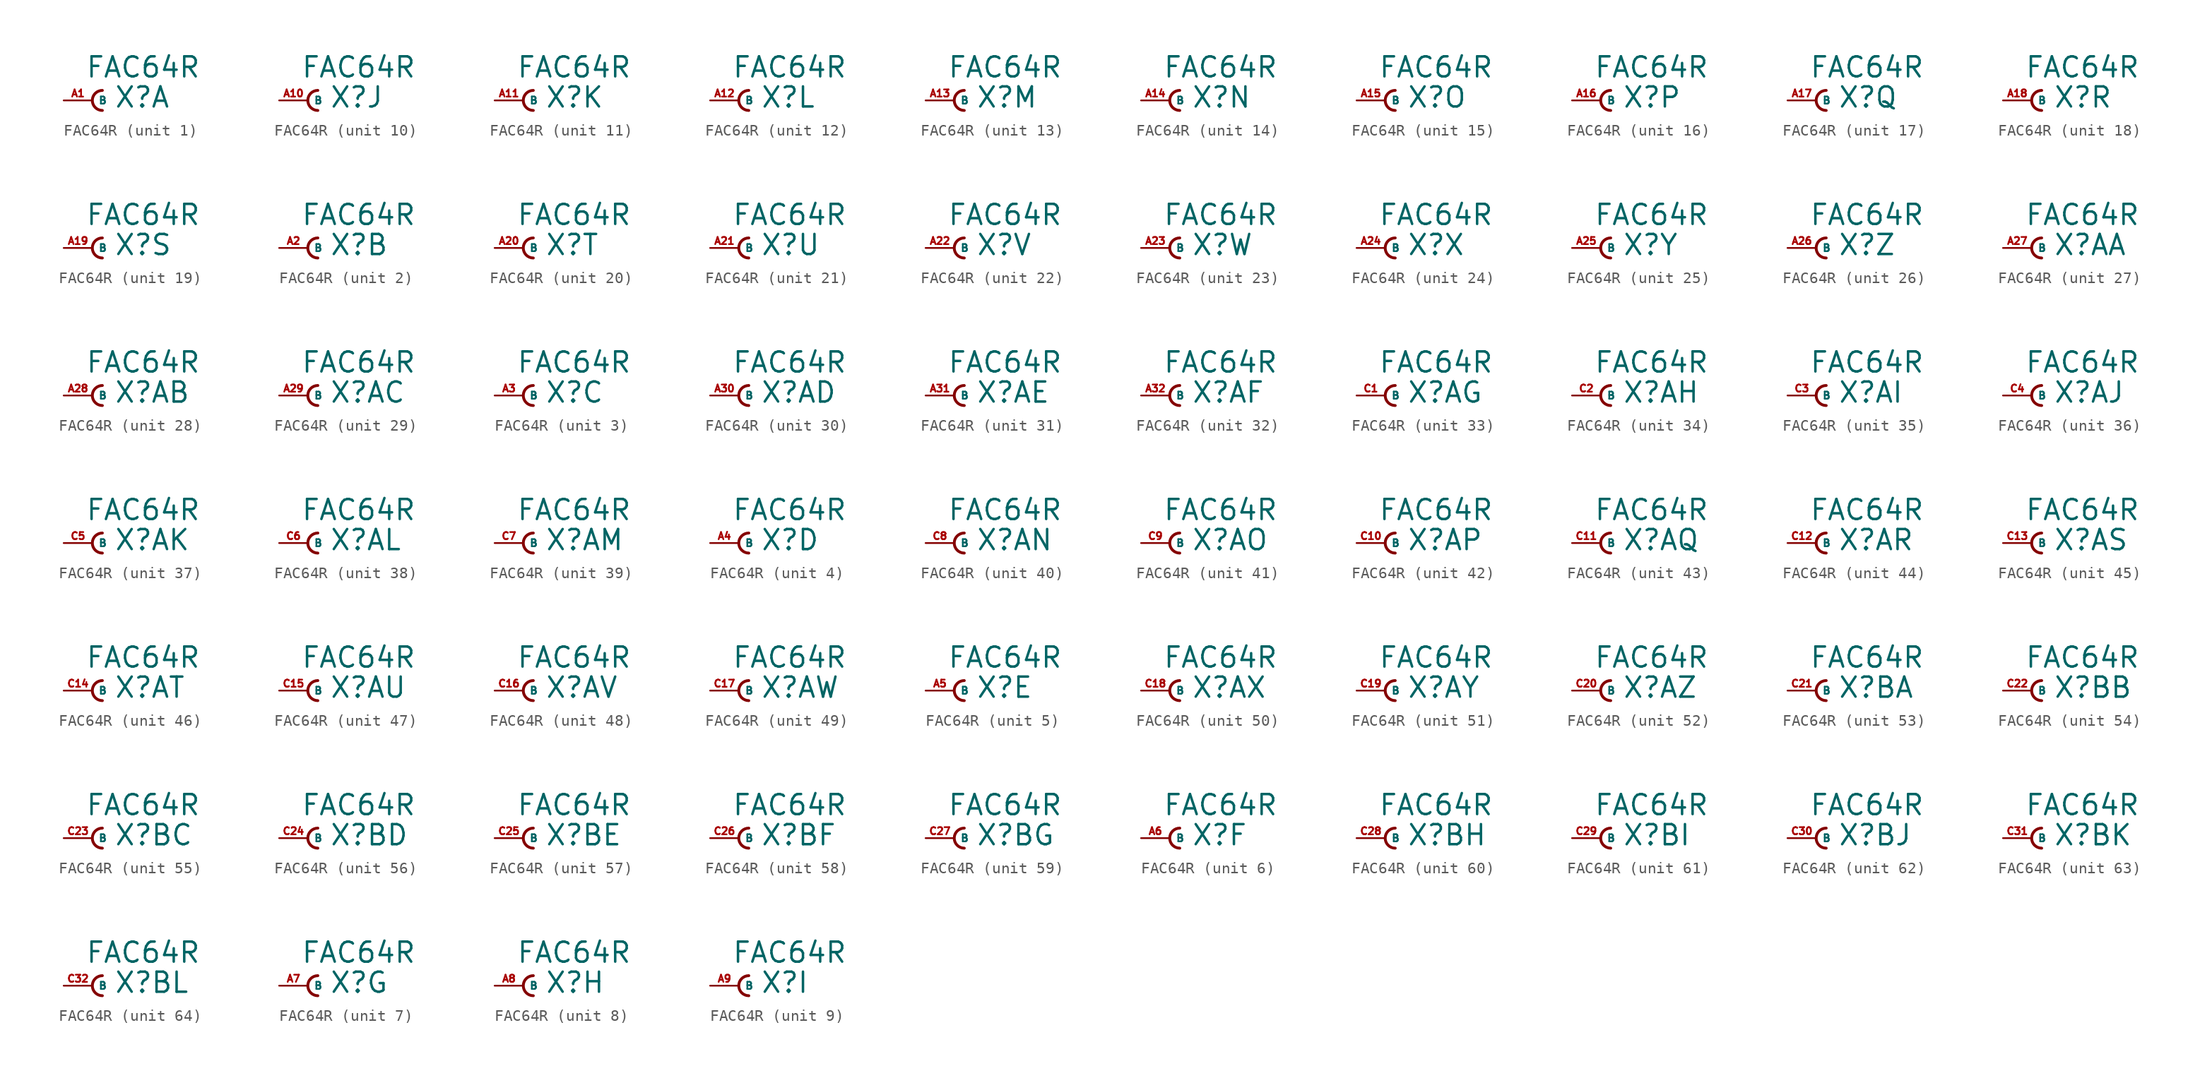
<source format=kicad_sym>
(kicad_symbol_lib
  (version 20220914)
  (generator Eagle2Kicad)
  (symbol "FAC64R"
    (property "Reference" "X"
      (at 1.905 -0.762 0)
      (effects (font (size 1.778 1.778) (thickness 0.22)) (justify left bottom)))
    (property "Value" "FAC64R"
      (at -0.635 1.905 0)
      (effects (font (size 1.778 1.778) (thickness 0.22)) (justify left bottom)))
    (symbol "FAC64R_1_0"
      (arc (start 0.889 0.889) (mid 0.000 0.000) (end 0.889 -0.889) (stroke (width 0.254) (type default)) (fill (type none)))
      (pin passive line (at -2.54 0 0) (length 2.54) (name "B" (effects (font (size 0.635 0.635) (thickness 0.08)) (justify left bottom))) (number "A1" (effects (font (size 0.635 0.635) (thickness 0.08)) (justify left bottom)))))
    (symbol "FAC64R_2_0"
      (arc (start 0.889 0.889) (mid 0.000 0.000) (end 0.889 -0.889) (stroke (width 0.254) (type default)) (fill (type none)))
      (pin passive line (at -2.54 0 0) (length 2.54) (name "B" (effects (font (size 0.635 0.635) (thickness 0.08)) (justify left bottom))) (number "A2" (effects (font (size 0.635 0.635) (thickness 0.08)) (justify left bottom)))))
    (symbol "FAC64R_3_0"
      (arc (start 0.889 0.889) (mid 0.000 0.000) (end 0.889 -0.889) (stroke (width 0.254) (type default)) (fill (type none)))
      (pin passive line (at -2.54 0 0) (length 2.54) (name "B" (effects (font (size 0.635 0.635) (thickness 0.08)) (justify left bottom))) (number "A3" (effects (font (size 0.635 0.635) (thickness 0.08)) (justify left bottom)))))
    (symbol "FAC64R_4_0"
      (arc (start 0.889 0.889) (mid 0.000 0.000) (end 0.889 -0.889) (stroke (width 0.254) (type default)) (fill (type none)))
      (pin passive line (at -2.54 0 0) (length 2.54) (name "B" (effects (font (size 0.635 0.635) (thickness 0.08)) (justify left bottom))) (number "A4" (effects (font (size 0.635 0.635) (thickness 0.08)) (justify left bottom)))))
    (symbol "FAC64R_5_0"
      (arc (start 0.889 0.889) (mid 0.000 0.000) (end 0.889 -0.889) (stroke (width 0.254) (type default)) (fill (type none)))
      (pin passive line (at -2.54 0 0) (length 2.54) (name "B" (effects (font (size 0.635 0.635) (thickness 0.08)) (justify left bottom))) (number "A5" (effects (font (size 0.635 0.635) (thickness 0.08)) (justify left bottom)))))
    (symbol "FAC64R_6_0"
      (arc (start 0.889 0.889) (mid 0.000 0.000) (end 0.889 -0.889) (stroke (width 0.254) (type default)) (fill (type none)))
      (pin passive line (at -2.54 0 0) (length 2.54) (name "B" (effects (font (size 0.635 0.635) (thickness 0.08)) (justify left bottom))) (number "A6" (effects (font (size 0.635 0.635) (thickness 0.08)) (justify left bottom)))))
    (symbol "FAC64R_7_0"
      (arc (start 0.889 0.889) (mid 0.000 0.000) (end 0.889 -0.889) (stroke (width 0.254) (type default)) (fill (type none)))
      (pin passive line (at -2.54 0 0) (length 2.54) (name "B" (effects (font (size 0.635 0.635) (thickness 0.08)) (justify left bottom))) (number "A7" (effects (font (size 0.635 0.635) (thickness 0.08)) (justify left bottom)))))
    (symbol "FAC64R_8_0"
      (arc (start 0.889 0.889) (mid 0.000 0.000) (end 0.889 -0.889) (stroke (width 0.254) (type default)) (fill (type none)))
      (pin passive line (at -2.54 0 0) (length 2.54) (name "B" (effects (font (size 0.635 0.635) (thickness 0.08)) (justify left bottom))) (number "A8" (effects (font (size 0.635 0.635) (thickness 0.08)) (justify left bottom)))))
    (symbol "FAC64R_9_0"
      (arc (start 0.889 0.889) (mid 0.000 0.000) (end 0.889 -0.889) (stroke (width 0.254) (type default)) (fill (type none)))
      (pin passive line (at -2.54 0 0) (length 2.54) (name "B" (effects (font (size 0.635 0.635) (thickness 0.08)) (justify left bottom))) (number "A9" (effects (font (size 0.635 0.635) (thickness 0.08)) (justify left bottom)))))
    (symbol "FAC64R_10_0"
      (arc (start 0.889 0.889) (mid 0.000 0.000) (end 0.889 -0.889) (stroke (width 0.254) (type default)) (fill (type none)))
      (pin passive line (at -2.54 0 0) (length 2.54) (name "B" (effects (font (size 0.635 0.635) (thickness 0.08)) (justify left bottom))) (number "A10" (effects (font (size 0.635 0.635) (thickness 0.08)) (justify left bottom)))))
    (symbol "FAC64R_11_0"
      (arc (start 0.889 0.889) (mid 0.000 0.000) (end 0.889 -0.889) (stroke (width 0.254) (type default)) (fill (type none)))
      (pin passive line (at -2.54 0 0) (length 2.54) (name "B" (effects (font (size 0.635 0.635) (thickness 0.08)) (justify left bottom))) (number "A11" (effects (font (size 0.635 0.635) (thickness 0.08)) (justify left bottom)))))
    (symbol "FAC64R_12_0"
      (arc (start 0.889 0.889) (mid 0.000 0.000) (end 0.889 -0.889) (stroke (width 0.254) (type default)) (fill (type none)))
      (pin passive line (at -2.54 0 0) (length 2.54) (name "B" (effects (font (size 0.635 0.635) (thickness 0.08)) (justify left bottom))) (number "A12" (effects (font (size 0.635 0.635) (thickness 0.08)) (justify left bottom)))))
    (symbol "FAC64R_13_0"
      (arc (start 0.889 0.889) (mid 0.000 0.000) (end 0.889 -0.889) (stroke (width 0.254) (type default)) (fill (type none)))
      (pin passive line (at -2.54 0 0) (length 2.54) (name "B" (effects (font (size 0.635 0.635) (thickness 0.08)) (justify left bottom))) (number "A13" (effects (font (size 0.635 0.635) (thickness 0.08)) (justify left bottom)))))
    (symbol "FAC64R_14_0"
      (arc (start 0.889 0.889) (mid 0.000 0.000) (end 0.889 -0.889) (stroke (width 0.254) (type default)) (fill (type none)))
      (pin passive line (at -2.54 0 0) (length 2.54) (name "B" (effects (font (size 0.635 0.635) (thickness 0.08)) (justify left bottom))) (number "A14" (effects (font (size 0.635 0.635) (thickness 0.08)) (justify left bottom)))))
    (symbol "FAC64R_15_0"
      (arc (start 0.889 0.889) (mid 0.000 0.000) (end 0.889 -0.889) (stroke (width 0.254) (type default)) (fill (type none)))
      (pin passive line (at -2.54 0 0) (length 2.54) (name "B" (effects (font (size 0.635 0.635) (thickness 0.08)) (justify left bottom))) (number "A15" (effects (font (size 0.635 0.635) (thickness 0.08)) (justify left bottom)))))
    (symbol "FAC64R_16_0"
      (arc (start 0.889 0.889) (mid 0.000 0.000) (end 0.889 -0.889) (stroke (width 0.254) (type default)) (fill (type none)))
      (pin passive line (at -2.54 0 0) (length 2.54) (name "B" (effects (font (size 0.635 0.635) (thickness 0.08)) (justify left bottom))) (number "A16" (effects (font (size 0.635 0.635) (thickness 0.08)) (justify left bottom)))))
    (symbol "FAC64R_17_0"
      (arc (start 0.889 0.889) (mid 0.000 0.000) (end 0.889 -0.889) (stroke (width 0.254) (type default)) (fill (type none)))
      (pin passive line (at -2.54 0 0) (length 2.54) (name "B" (effects (font (size 0.635 0.635) (thickness 0.08)) (justify left bottom))) (number "A17" (effects (font (size 0.635 0.635) (thickness 0.08)) (justify left bottom)))))
    (symbol "FAC64R_18_0"
      (arc (start 0.889 0.889) (mid 0.000 0.000) (end 0.889 -0.889) (stroke (width 0.254) (type default)) (fill (type none)))
      (pin passive line (at -2.54 0 0) (length 2.54) (name "B" (effects (font (size 0.635 0.635) (thickness 0.08)) (justify left bottom))) (number "A18" (effects (font (size 0.635 0.635) (thickness 0.08)) (justify left bottom)))))
    (symbol "FAC64R_19_0"
      (arc (start 0.889 0.889) (mid 0.000 0.000) (end 0.889 -0.889) (stroke (width 0.254) (type default)) (fill (type none)))
      (pin passive line (at -2.54 0 0) (length 2.54) (name "B" (effects (font (size 0.635 0.635) (thickness 0.08)) (justify left bottom))) (number "A19" (effects (font (size 0.635 0.635) (thickness 0.08)) (justify left bottom)))))
    (symbol "FAC64R_20_0"
      (arc (start 0.889 0.889) (mid 0.000 0.000) (end 0.889 -0.889) (stroke (width 0.254) (type default)) (fill (type none)))
      (pin passive line (at -2.54 0 0) (length 2.54) (name "B" (effects (font (size 0.635 0.635) (thickness 0.08)) (justify left bottom))) (number "A20" (effects (font (size 0.635 0.635) (thickness 0.08)) (justify left bottom)))))
    (symbol "FAC64R_21_0"
      (arc (start 0.889 0.889) (mid 0.000 0.000) (end 0.889 -0.889) (stroke (width 0.254) (type default)) (fill (type none)))
      (pin passive line (at -2.54 0 0) (length 2.54) (name "B" (effects (font (size 0.635 0.635) (thickness 0.08)) (justify left bottom))) (number "A21" (effects (font (size 0.635 0.635) (thickness 0.08)) (justify left bottom)))))
    (symbol "FAC64R_22_0"
      (arc (start 0.889 0.889) (mid 0.000 0.000) (end 0.889 -0.889) (stroke (width 0.254) (type default)) (fill (type none)))
      (pin passive line (at -2.54 0 0) (length 2.54) (name "B" (effects (font (size 0.635 0.635) (thickness 0.08)) (justify left bottom))) (number "A22" (effects (font (size 0.635 0.635) (thickness 0.08)) (justify left bottom)))))
    (symbol "FAC64R_23_0"
      (arc (start 0.889 0.889) (mid 0.000 0.000) (end 0.889 -0.889) (stroke (width 0.254) (type default)) (fill (type none)))
      (pin passive line (at -2.54 0 0) (length 2.54) (name "B" (effects (font (size 0.635 0.635) (thickness 0.08)) (justify left bottom))) (number "A23" (effects (font (size 0.635 0.635) (thickness 0.08)) (justify left bottom)))))
    (symbol "FAC64R_24_0"
      (arc (start 0.889 0.889) (mid 0.000 0.000) (end 0.889 -0.889) (stroke (width 0.254) (type default)) (fill (type none)))
      (pin passive line (at -2.54 0 0) (length 2.54) (name "B" (effects (font (size 0.635 0.635) (thickness 0.08)) (justify left bottom))) (number "A24" (effects (font (size 0.635 0.635) (thickness 0.08)) (justify left bottom)))))
    (symbol "FAC64R_25_0"
      (arc (start 0.889 0.889) (mid 0.000 0.000) (end 0.889 -0.889) (stroke (width 0.254) (type default)) (fill (type none)))
      (pin passive line (at -2.54 0 0) (length 2.54) (name "B" (effects (font (size 0.635 0.635) (thickness 0.08)) (justify left bottom))) (number "A25" (effects (font (size 0.635 0.635) (thickness 0.08)) (justify left bottom)))))
    (symbol "FAC64R_26_0"
      (arc (start 0.889 0.889) (mid 0.000 0.000) (end 0.889 -0.889) (stroke (width 0.254) (type default)) (fill (type none)))
      (pin passive line (at -2.54 0 0) (length 2.54) (name "B" (effects (font (size 0.635 0.635) (thickness 0.08)) (justify left bottom))) (number "A26" (effects (font (size 0.635 0.635) (thickness 0.08)) (justify left bottom)))))
    (symbol "FAC64R_27_0"
      (arc (start 0.889 0.889) (mid 0.000 0.000) (end 0.889 -0.889) (stroke (width 0.254) (type default)) (fill (type none)))
      (pin passive line (at -2.54 0 0) (length 2.54) (name "B" (effects (font (size 0.635 0.635) (thickness 0.08)) (justify left bottom))) (number "A27" (effects (font (size 0.635 0.635) (thickness 0.08)) (justify left bottom)))))
    (symbol "FAC64R_28_0"
      (arc (start 0.889 0.889) (mid 0.000 0.000) (end 0.889 -0.889) (stroke (width 0.254) (type default)) (fill (type none)))
      (pin passive line (at -2.54 0 0) (length 2.54) (name "B" (effects (font (size 0.635 0.635) (thickness 0.08)) (justify left bottom))) (number "A28" (effects (font (size 0.635 0.635) (thickness 0.08)) (justify left bottom)))))
    (symbol "FAC64R_29_0"
      (arc (start 0.889 0.889) (mid 0.000 0.000) (end 0.889 -0.889) (stroke (width 0.254) (type default)) (fill (type none)))
      (pin passive line (at -2.54 0 0) (length 2.54) (name "B" (effects (font (size 0.635 0.635) (thickness 0.08)) (justify left bottom))) (number "A29" (effects (font (size 0.635 0.635) (thickness 0.08)) (justify left bottom)))))
    (symbol "FAC64R_30_0"
      (arc (start 0.889 0.889) (mid 0.000 0.000) (end 0.889 -0.889) (stroke (width 0.254) (type default)) (fill (type none)))
      (pin passive line (at -2.54 0 0) (length 2.54) (name "B" (effects (font (size 0.635 0.635) (thickness 0.08)) (justify left bottom))) (number "A30" (effects (font (size 0.635 0.635) (thickness 0.08)) (justify left bottom)))))
    (symbol "FAC64R_31_0"
      (arc (start 0.889 0.889) (mid 0.000 0.000) (end 0.889 -0.889) (stroke (width 0.254) (type default)) (fill (type none)))
      (pin passive line (at -2.54 0 0) (length 2.54) (name "B" (effects (font (size 0.635 0.635) (thickness 0.08)) (justify left bottom))) (number "A31" (effects (font (size 0.635 0.635) (thickness 0.08)) (justify left bottom)))))
    (symbol "FAC64R_32_0"
      (arc (start 0.889 0.889) (mid 0.000 0.000) (end 0.889 -0.889) (stroke (width 0.254) (type default)) (fill (type none)))
      (pin passive line (at -2.54 0 0) (length 2.54) (name "B" (effects (font (size 0.635 0.635) (thickness 0.08)) (justify left bottom))) (number "A32" (effects (font (size 0.635 0.635) (thickness 0.08)) (justify left bottom)))))
    (symbol "FAC64R_33_0"
      (arc (start 0.889 0.889) (mid 0.000 0.000) (end 0.889 -0.889) (stroke (width 0.254) (type default)) (fill (type none)))
      (pin passive line (at -2.54 0 0) (length 2.54) (name "B" (effects (font (size 0.635 0.635) (thickness 0.08)) (justify left bottom))) (number "C1" (effects (font (size 0.635 0.635) (thickness 0.08)) (justify left bottom)))))
    (symbol "FAC64R_34_0"
      (arc (start 0.889 0.889) (mid 0.000 0.000) (end 0.889 -0.889) (stroke (width 0.254) (type default)) (fill (type none)))
      (pin passive line (at -2.54 0 0) (length 2.54) (name "B" (effects (font (size 0.635 0.635) (thickness 0.08)) (justify left bottom))) (number "C2" (effects (font (size 0.635 0.635) (thickness 0.08)) (justify left bottom)))))
    (symbol "FAC64R_35_0"
      (arc (start 0.889 0.889) (mid 0.000 0.000) (end 0.889 -0.889) (stroke (width 0.254) (type default)) (fill (type none)))
      (pin passive line (at -2.54 0 0) (length 2.54) (name "B" (effects (font (size 0.635 0.635) (thickness 0.08)) (justify left bottom))) (number "C3" (effects (font (size 0.635 0.635) (thickness 0.08)) (justify left bottom)))))
    (symbol "FAC64R_36_0"
      (arc (start 0.889 0.889) (mid 0.000 0.000) (end 0.889 -0.889) (stroke (width 0.254) (type default)) (fill (type none)))
      (pin passive line (at -2.54 0 0) (length 2.54) (name "B" (effects (font (size 0.635 0.635) (thickness 0.08)) (justify left bottom))) (number "C4" (effects (font (size 0.635 0.635) (thickness 0.08)) (justify left bottom)))))
    (symbol "FAC64R_37_0"
      (arc (start 0.889 0.889) (mid 0.000 0.000) (end 0.889 -0.889) (stroke (width 0.254) (type default)) (fill (type none)))
      (pin passive line (at -2.54 0 0) (length 2.54) (name "B" (effects (font (size 0.635 0.635) (thickness 0.08)) (justify left bottom))) (number "C5" (effects (font (size 0.635 0.635) (thickness 0.08)) (justify left bottom)))))
    (symbol "FAC64R_38_0"
      (arc (start 0.889 0.889) (mid 0.000 0.000) (end 0.889 -0.889) (stroke (width 0.254) (type default)) (fill (type none)))
      (pin passive line (at -2.54 0 0) (length 2.54) (name "B" (effects (font (size 0.635 0.635) (thickness 0.08)) (justify left bottom))) (number "C6" (effects (font (size 0.635 0.635) (thickness 0.08)) (justify left bottom)))))
    (symbol "FAC64R_39_0"
      (arc (start 0.889 0.889) (mid 0.000 0.000) (end 0.889 -0.889) (stroke (width 0.254) (type default)) (fill (type none)))
      (pin passive line (at -2.54 0 0) (length 2.54) (name "B" (effects (font (size 0.635 0.635) (thickness 0.08)) (justify left bottom))) (number "C7" (effects (font (size 0.635 0.635) (thickness 0.08)) (justify left bottom)))))
    (symbol "FAC64R_40_0"
      (arc (start 0.889 0.889) (mid 0.000 0.000) (end 0.889 -0.889) (stroke (width 0.254) (type default)) (fill (type none)))
      (pin passive line (at -2.54 0 0) (length 2.54) (name "B" (effects (font (size 0.635 0.635) (thickness 0.08)) (justify left bottom))) (number "C8" (effects (font (size 0.635 0.635) (thickness 0.08)) (justify left bottom)))))
    (symbol "FAC64R_41_0"
      (arc (start 0.889 0.889) (mid 0.000 0.000) (end 0.889 -0.889) (stroke (width 0.254) (type default)) (fill (type none)))
      (pin passive line (at -2.54 0 0) (length 2.54) (name "B" (effects (font (size 0.635 0.635) (thickness 0.08)) (justify left bottom))) (number "C9" (effects (font (size 0.635 0.635) (thickness 0.08)) (justify left bottom)))))
    (symbol "FAC64R_42_0"
      (arc (start 0.889 0.889) (mid 0.000 0.000) (end 0.889 -0.889) (stroke (width 0.254) (type default)) (fill (type none)))
      (pin passive line (at -2.54 0 0) (length 2.54) (name "B" (effects (font (size 0.635 0.635) (thickness 0.08)) (justify left bottom))) (number "C10" (effects (font (size 0.635 0.635) (thickness 0.08)) (justify left bottom)))))
    (symbol "FAC64R_43_0"
      (arc (start 0.889 0.889) (mid 0.000 0.000) (end 0.889 -0.889) (stroke (width 0.254) (type default)) (fill (type none)))
      (pin passive line (at -2.54 0 0) (length 2.54) (name "B" (effects (font (size 0.635 0.635) (thickness 0.08)) (justify left bottom))) (number "C11" (effects (font (size 0.635 0.635) (thickness 0.08)) (justify left bottom)))))
    (symbol "FAC64R_44_0"
      (arc (start 0.889 0.889) (mid 0.000 0.000) (end 0.889 -0.889) (stroke (width 0.254) (type default)) (fill (type none)))
      (pin passive line (at -2.54 0 0) (length 2.54) (name "B" (effects (font (size 0.635 0.635) (thickness 0.08)) (justify left bottom))) (number "C12" (effects (font (size 0.635 0.635) (thickness 0.08)) (justify left bottom)))))
    (symbol "FAC64R_45_0"
      (arc (start 0.889 0.889) (mid 0.000 0.000) (end 0.889 -0.889) (stroke (width 0.254) (type default)) (fill (type none)))
      (pin passive line (at -2.54 0 0) (length 2.54) (name "B" (effects (font (size 0.635 0.635) (thickness 0.08)) (justify left bottom))) (number "C13" (effects (font (size 0.635 0.635) (thickness 0.08)) (justify left bottom)))))
    (symbol "FAC64R_46_0"
      (arc (start 0.889 0.889) (mid 0.000 0.000) (end 0.889 -0.889) (stroke (width 0.254) (type default)) (fill (type none)))
      (pin passive line (at -2.54 0 0) (length 2.54) (name "B" (effects (font (size 0.635 0.635) (thickness 0.08)) (justify left bottom))) (number "C14" (effects (font (size 0.635 0.635) (thickness 0.08)) (justify left bottom)))))
    (symbol "FAC64R_47_0"
      (arc (start 0.889 0.889) (mid 0.000 0.000) (end 0.889 -0.889) (stroke (width 0.254) (type default)) (fill (type none)))
      (pin passive line (at -2.54 0 0) (length 2.54) (name "B" (effects (font (size 0.635 0.635) (thickness 0.08)) (justify left bottom))) (number "C15" (effects (font (size 0.635 0.635) (thickness 0.08)) (justify left bottom)))))
    (symbol "FAC64R_48_0"
      (arc (start 0.889 0.889) (mid 0.000 0.000) (end 0.889 -0.889) (stroke (width 0.254) (type default)) (fill (type none)))
      (pin passive line (at -2.54 0 0) (length 2.54) (name "B" (effects (font (size 0.635 0.635) (thickness 0.08)) (justify left bottom))) (number "C16" (effects (font (size 0.635 0.635) (thickness 0.08)) (justify left bottom)))))
    (symbol "FAC64R_49_0"
      (arc (start 0.889 0.889) (mid 0.000 0.000) (end 0.889 -0.889) (stroke (width 0.254) (type default)) (fill (type none)))
      (pin passive line (at -2.54 0 0) (length 2.54) (name "B" (effects (font (size 0.635 0.635) (thickness 0.08)) (justify left bottom))) (number "C17" (effects (font (size 0.635 0.635) (thickness 0.08)) (justify left bottom)))))
    (symbol "FAC64R_50_0"
      (arc (start 0.889 0.889) (mid 0.000 0.000) (end 0.889 -0.889) (stroke (width 0.254) (type default)) (fill (type none)))
      (pin passive line (at -2.54 0 0) (length 2.54) (name "B" (effects (font (size 0.635 0.635) (thickness 0.08)) (justify left bottom))) (number "C18" (effects (font (size 0.635 0.635) (thickness 0.08)) (justify left bottom)))))
    (symbol "FAC64R_51_0"
      (arc (start 0.889 0.889) (mid 0.000 0.000) (end 0.889 -0.889) (stroke (width 0.254) (type default)) (fill (type none)))
      (pin passive line (at -2.54 0 0) (length 2.54) (name "B" (effects (font (size 0.635 0.635) (thickness 0.08)) (justify left bottom))) (number "C19" (effects (font (size 0.635 0.635) (thickness 0.08)) (justify left bottom)))))
    (symbol "FAC64R_52_0"
      (arc (start 0.889 0.889) (mid 0.000 0.000) (end 0.889 -0.889) (stroke (width 0.254) (type default)) (fill (type none)))
      (pin passive line (at -2.54 0 0) (length 2.54) (name "B" (effects (font (size 0.635 0.635) (thickness 0.08)) (justify left bottom))) (number "C20" (effects (font (size 0.635 0.635) (thickness 0.08)) (justify left bottom)))))
    (symbol "FAC64R_53_0"
      (arc (start 0.889 0.889) (mid 0.000 0.000) (end 0.889 -0.889) (stroke (width 0.254) (type default)) (fill (type none)))
      (pin passive line (at -2.54 0 0) (length 2.54) (name "B" (effects (font (size 0.635 0.635) (thickness 0.08)) (justify left bottom))) (number "C21" (effects (font (size 0.635 0.635) (thickness 0.08)) (justify left bottom)))))
    (symbol "FAC64R_54_0"
      (arc (start 0.889 0.889) (mid 0.000 0.000) (end 0.889 -0.889) (stroke (width 0.254) (type default)) (fill (type none)))
      (pin passive line (at -2.54 0 0) (length 2.54) (name "B" (effects (font (size 0.635 0.635) (thickness 0.08)) (justify left bottom))) (number "C22" (effects (font (size 0.635 0.635) (thickness 0.08)) (justify left bottom)))))
    (symbol "FAC64R_55_0"
      (arc (start 0.889 0.889) (mid 0.000 0.000) (end 0.889 -0.889) (stroke (width 0.254) (type default)) (fill (type none)))
      (pin passive line (at -2.54 0 0) (length 2.54) (name "B" (effects (font (size 0.635 0.635) (thickness 0.08)) (justify left bottom))) (number "C23" (effects (font (size 0.635 0.635) (thickness 0.08)) (justify left bottom)))))
    (symbol "FAC64R_56_0"
      (arc (start 0.889 0.889) (mid 0.000 0.000) (end 0.889 -0.889) (stroke (width 0.254) (type default)) (fill (type none)))
      (pin passive line (at -2.54 0 0) (length 2.54) (name "B" (effects (font (size 0.635 0.635) (thickness 0.08)) (justify left bottom))) (number "C24" (effects (font (size 0.635 0.635) (thickness 0.08)) (justify left bottom)))))
    (symbol "FAC64R_57_0"
      (arc (start 0.889 0.889) (mid 0.000 0.000) (end 0.889 -0.889) (stroke (width 0.254) (type default)) (fill (type none)))
      (pin passive line (at -2.54 0 0) (length 2.54) (name "B" (effects (font (size 0.635 0.635) (thickness 0.08)) (justify left bottom))) (number "C25" (effects (font (size 0.635 0.635) (thickness 0.08)) (justify left bottom)))))
    (symbol "FAC64R_58_0"
      (arc (start 0.889 0.889) (mid 0.000 0.000) (end 0.889 -0.889) (stroke (width 0.254) (type default)) (fill (type none)))
      (pin passive line (at -2.54 0 0) (length 2.54) (name "B" (effects (font (size 0.635 0.635) (thickness 0.08)) (justify left bottom))) (number "C26" (effects (font (size 0.635 0.635) (thickness 0.08)) (justify left bottom)))))
    (symbol "FAC64R_59_0"
      (arc (start 0.889 0.889) (mid 0.000 0.000) (end 0.889 -0.889) (stroke (width 0.254) (type default)) (fill (type none)))
      (pin passive line (at -2.54 0 0) (length 2.54) (name "B" (effects (font (size 0.635 0.635) (thickness 0.08)) (justify left bottom))) (number "C27" (effects (font (size 0.635 0.635) (thickness 0.08)) (justify left bottom)))))
    (symbol "FAC64R_60_0"
      (arc (start 0.889 0.889) (mid 0.000 0.000) (end 0.889 -0.889) (stroke (width 0.254) (type default)) (fill (type none)))
      (pin passive line (at -2.54 0 0) (length 2.54) (name "B" (effects (font (size 0.635 0.635) (thickness 0.08)) (justify left bottom))) (number "C28" (effects (font (size 0.635 0.635) (thickness 0.08)) (justify left bottom)))))
    (symbol "FAC64R_61_0"
      (arc (start 0.889 0.889) (mid 0.000 0.000) (end 0.889 -0.889) (stroke (width 0.254) (type default)) (fill (type none)))
      (pin passive line (at -2.54 0 0) (length 2.54) (name "B" (effects (font (size 0.635 0.635) (thickness 0.08)) (justify left bottom))) (number "C29" (effects (font (size 0.635 0.635) (thickness 0.08)) (justify left bottom)))))
    (symbol "FAC64R_62_0"
      (arc (start 0.889 0.889) (mid 0.000 0.000) (end 0.889 -0.889) (stroke (width 0.254) (type default)) (fill (type none)))
      (pin passive line (at -2.54 0 0) (length 2.54) (name "B" (effects (font (size 0.635 0.635) (thickness 0.08)) (justify left bottom))) (number "C30" (effects (font (size 0.635 0.635) (thickness 0.08)) (justify left bottom)))))
    (symbol "FAC64R_63_0"
      (arc (start 0.889 0.889) (mid 0.000 0.000) (end 0.889 -0.889) (stroke (width 0.254) (type default)) (fill (type none)))
      (pin passive line (at -2.54 0 0) (length 2.54) (name "B" (effects (font (size 0.635 0.635) (thickness 0.08)) (justify left bottom))) (number "C31" (effects (font (size 0.635 0.635) (thickness 0.08)) (justify left bottom)))))
    (symbol "FAC64R_64_0"
      (arc (start 0.889 0.889) (mid 0.000 0.000) (end 0.889 -0.889) (stroke (width 0.254) (type default)) (fill (type none)))
      (pin passive line (at -2.54 0 0) (length 2.54) (name "B" (effects (font (size 0.635 0.635) (thickness 0.08)) (justify left bottom))) (number "C32" (effects (font (size 0.635 0.635) (thickness 0.08)) (justify left bottom)))))))
</source>
